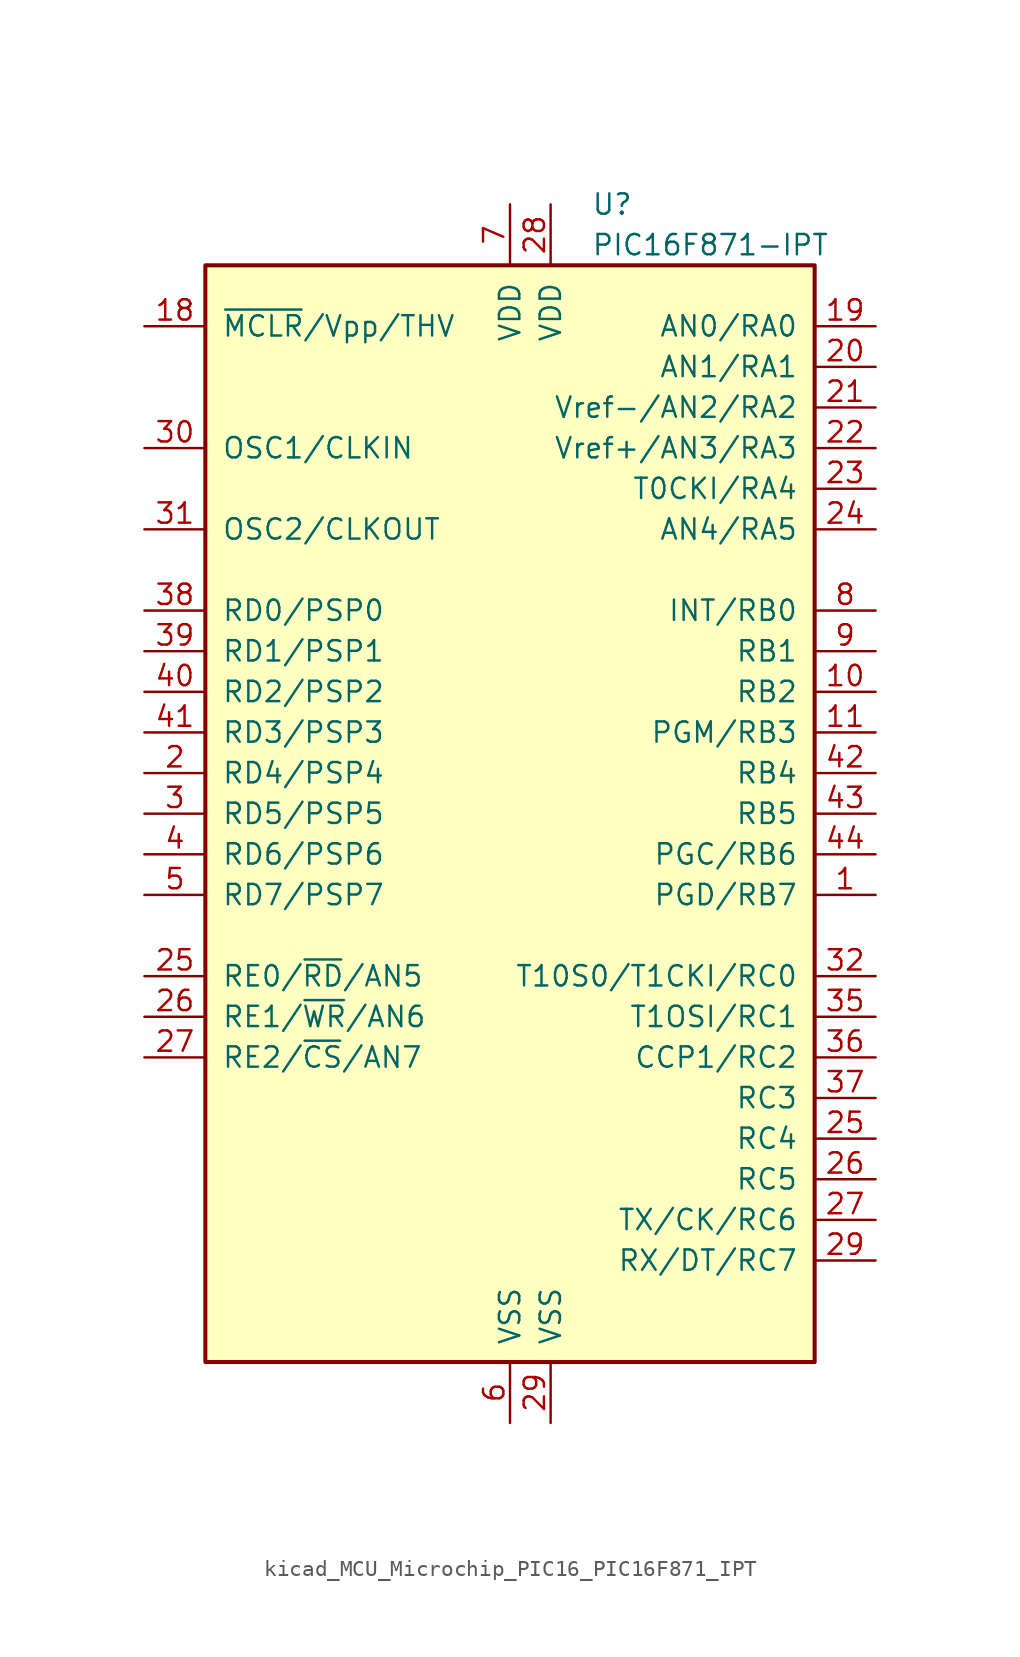
<source format=kicad_sym>
(kicad_symbol_lib
  (version 20220914)
  (generator kicad_symbol_editor)
  (symbol "kicad_MCU_Microchip_PIC16_PIC16F871_IPT"
    (pin_names
      (offset 1.016))
    (property "Reference" "U"
      (at 5.08 38.1 0)
      (effects (font (size 1.27 1.27)) (justify left)))
    (property "Value" "PIC16F871-IPT"
      (at 5.08 35.56 0)
      (effects (font (size 1.27 1.27)) (justify left)))
    (symbol "kicad_MCU_Microchip_PIC16_PIC16F871_IPT_0_1"
      (rectangle (start -19.05 -34.29) (end 19.05 34.29) (stroke (width 0.254) (type default)) (fill (type background))))
    (symbol "kicad_MCU_Microchip_PIC16_PIC16F871_IPT_1_1"
      (pin bidirectional line (at 22.86 -5.08 180) (length 3.81) (name "PGD/RB7" (effects (font (size 1.27 1.27)))) (number "1" (effects (font (size 1.27 1.27)))))
      (pin bidirectional line (at 22.86 7.62 180) (length 3.81) (name "RB2" (effects (font (size 1.27 1.27)))) (number "10" (effects (font (size 1.27 1.27)))))
      (pin bidirectional line (at 22.86 5.08 180) (length 3.81) (name "PGM/RB3" (effects (font (size 1.27 1.27)))) (number "11" (effects (font (size 1.27 1.27)))))
      (pin input line (at -22.86 30.48 0) (length 3.81) (name "~{MCLR}/Vpp/THV" (effects (font (size 1.27 1.27)))) (number "18" (effects (font (size 1.27 1.27)))))
      (pin bidirectional line (at 22.86 30.48 180) (length 3.81) (name "AN0/RA0" (effects (font (size 1.27 1.27)))) (number "19" (effects (font (size 1.27 1.27)))))
      (pin bidirectional line (at -22.86 2.54 0) (length 3.81) (name "RD4/PSP4" (effects (font (size 1.27 1.27)))) (number "2" (effects (font (size 1.27 1.27)))))
      (pin bidirectional line (at 22.86 27.94 180) (length 3.81) (name "AN1/RA1" (effects (font (size 1.27 1.27)))) (number "20" (effects (font (size 1.27 1.27)))))
      (pin bidirectional line (at 22.86 25.4 180) (length 3.81) (name "Vref-/AN2/RA2" (effects (font (size 1.27 1.27)))) (number "21" (effects (font (size 1.27 1.27)))))
      (pin bidirectional line (at 22.86 22.86 180) (length 3.81) (name "Vref+/AN3/RA3" (effects (font (size 1.27 1.27)))) (number "22" (effects (font (size 1.27 1.27)))))
      (pin bidirectional line (at 22.86 20.32 180) (length 3.81) (name "T0CKI/RA4" (effects (font (size 1.27 1.27)))) (number "23" (effects (font (size 1.27 1.27)))))
      (pin bidirectional line (at 22.86 17.78 180) (length 3.81) (name "AN4/RA5" (effects (font (size 1.27 1.27)))) (number "24" (effects (font (size 1.27 1.27)))))
      (pin bidirectional line (at 22.86 -20.32 180) (length 3.81) (name "RC4" (effects (font (size 1.27 1.27)))) (number "25" (effects (font (size 1.27 1.27)))))
      (pin bidirectional line (at -22.86 -10.16 0) (length 3.81) (name "RE0/~{RD}/AN5" (effects (font (size 1.27 1.27)))) (number "25" (effects (font (size 1.27 1.27)))))
      (pin bidirectional line (at 22.86 -22.86 180) (length 3.81) (name "RC5" (effects (font (size 1.27 1.27)))) (number "26" (effects (font (size 1.27 1.27)))))
      (pin bidirectional line (at -22.86 -12.7 0) (length 3.81) (name "RE1/~{WR}/AN6" (effects (font (size 1.27 1.27)))) (number "26" (effects (font (size 1.27 1.27)))))
      (pin bidirectional line (at -22.86 -15.24 0) (length 3.81) (name "RE2/~{CS}/AN7" (effects (font (size 1.27 1.27)))) (number "27" (effects (font (size 1.27 1.27)))))
      (pin bidirectional line (at 22.86 -25.4 180) (length 3.81) (name "TX/CK/RC6" (effects (font (size 1.27 1.27)))) (number "27" (effects (font (size 1.27 1.27)))))
      (pin power_in line (at 2.54 38.1 270) (length 3.81) (name "VDD" (effects (font (size 1.27 1.27)))) (number "28" (effects (font (size 1.27 1.27)))))
      (pin bidirectional line (at 22.86 -27.94 180) (length 3.81) (name "RX/DT/RC7" (effects (font (size 1.27 1.27)))) (number "29" (effects (font (size 1.27 1.27)))))
      (pin power_in line (at 2.54 -38.1 90) (length 3.81) (name "VSS" (effects (font (size 1.27 1.27)))) (number "29" (effects (font (size 1.27 1.27)))))
      (pin bidirectional line (at -22.86 0 0) (length 3.81) (name "RD5/PSP5" (effects (font (size 1.27 1.27)))) (number "3" (effects (font (size 1.27 1.27)))))
      (pin input line (at -22.86 22.86 0) (length 3.81) (name "OSC1/CLKIN" (effects (font (size 1.27 1.27)))) (number "30" (effects (font (size 1.27 1.27)))))
      (pin output line (at -22.86 17.78 0) (length 3.81) (name "OSC2/CLKOUT" (effects (font (size 1.27 1.27)))) (number "31" (effects (font (size 1.27 1.27)))))
      (pin bidirectional line (at 22.86 -10.16 180) (length 3.81) (name "T10S0/T1CKI/RC0" (effects (font (size 1.27 1.27)))) (number "32" (effects (font (size 1.27 1.27)))))
      (pin bidirectional line (at 22.86 -12.7 180) (length 3.81) (name "T1OSI/RC1" (effects (font (size 1.27 1.27)))) (number "35" (effects (font (size 1.27 1.27)))))
      (pin bidirectional line (at 22.86 -15.24 180) (length 3.81) (name "CCP1/RC2" (effects (font (size 1.27 1.27)))) (number "36" (effects (font (size 1.27 1.27)))))
      (pin bidirectional line (at 22.86 -17.78 180) (length 3.81) (name "RC3" (effects (font (size 1.27 1.27)))) (number "37" (effects (font (size 1.27 1.27)))))
      (pin bidirectional line (at -22.86 12.7 0) (length 3.81) (name "RD0/PSP0" (effects (font (size 1.27 1.27)))) (number "38" (effects (font (size 1.27 1.27)))))
      (pin bidirectional line (at -22.86 10.16 0) (length 3.81) (name "RD1/PSP1" (effects (font (size 1.27 1.27)))) (number "39" (effects (font (size 1.27 1.27)))))
      (pin bidirectional line (at -22.86 -2.54 0) (length 3.81) (name "RD6/PSP6" (effects (font (size 1.27 1.27)))) (number "4" (effects (font (size 1.27 1.27)))))
      (pin bidirectional line (at -22.86 7.62 0) (length 3.81) (name "RD2/PSP2" (effects (font (size 1.27 1.27)))) (number "40" (effects (font (size 1.27 1.27)))))
      (pin bidirectional line (at -22.86 5.08 0) (length 3.81) (name "RD3/PSP3" (effects (font (size 1.27 1.27)))) (number "41" (effects (font (size 1.27 1.27)))))
      (pin bidirectional line (at 22.86 2.54 180) (length 3.81) (name "RB4" (effects (font (size 1.27 1.27)))) (number "42" (effects (font (size 1.27 1.27)))))
      (pin bidirectional line (at 22.86 0 180) (length 3.81) (name "RB5" (effects (font (size 1.27 1.27)))) (number "43" (effects (font (size 1.27 1.27)))))
      (pin bidirectional line (at 22.86 -2.54 180) (length 3.81) (name "PGC/RB6" (effects (font (size 1.27 1.27)))) (number "44" (effects (font (size 1.27 1.27)))))
      (pin bidirectional line (at -22.86 -5.08 0) (length 3.81) (name "RD7/PSP7" (effects (font (size 1.27 1.27)))) (number "5" (effects (font (size 1.27 1.27)))))
      (pin power_in line (at 0 -38.1 90) (length 3.81) (name "VSS" (effects (font (size 1.27 1.27)))) (number "6" (effects (font (size 1.27 1.27)))))
      (pin power_in line (at 0 38.1 270) (length 3.81) (name "VDD" (effects (font (size 1.27 1.27)))) (number "7" (effects (font (size 1.27 1.27)))))
      (pin bidirectional line (at 22.86 12.7 180) (length 3.81) (name "INT/RB0" (effects (font (size 1.27 1.27)))) (number "8" (effects (font (size 1.27 1.27)))))
      (pin bidirectional line (at 22.86 10.16 180) (length 3.81) (name "RB1" (effects (font (size 1.27 1.27)))) (number "9" (effects (font (size 1.27 1.27))))))))
</source>
